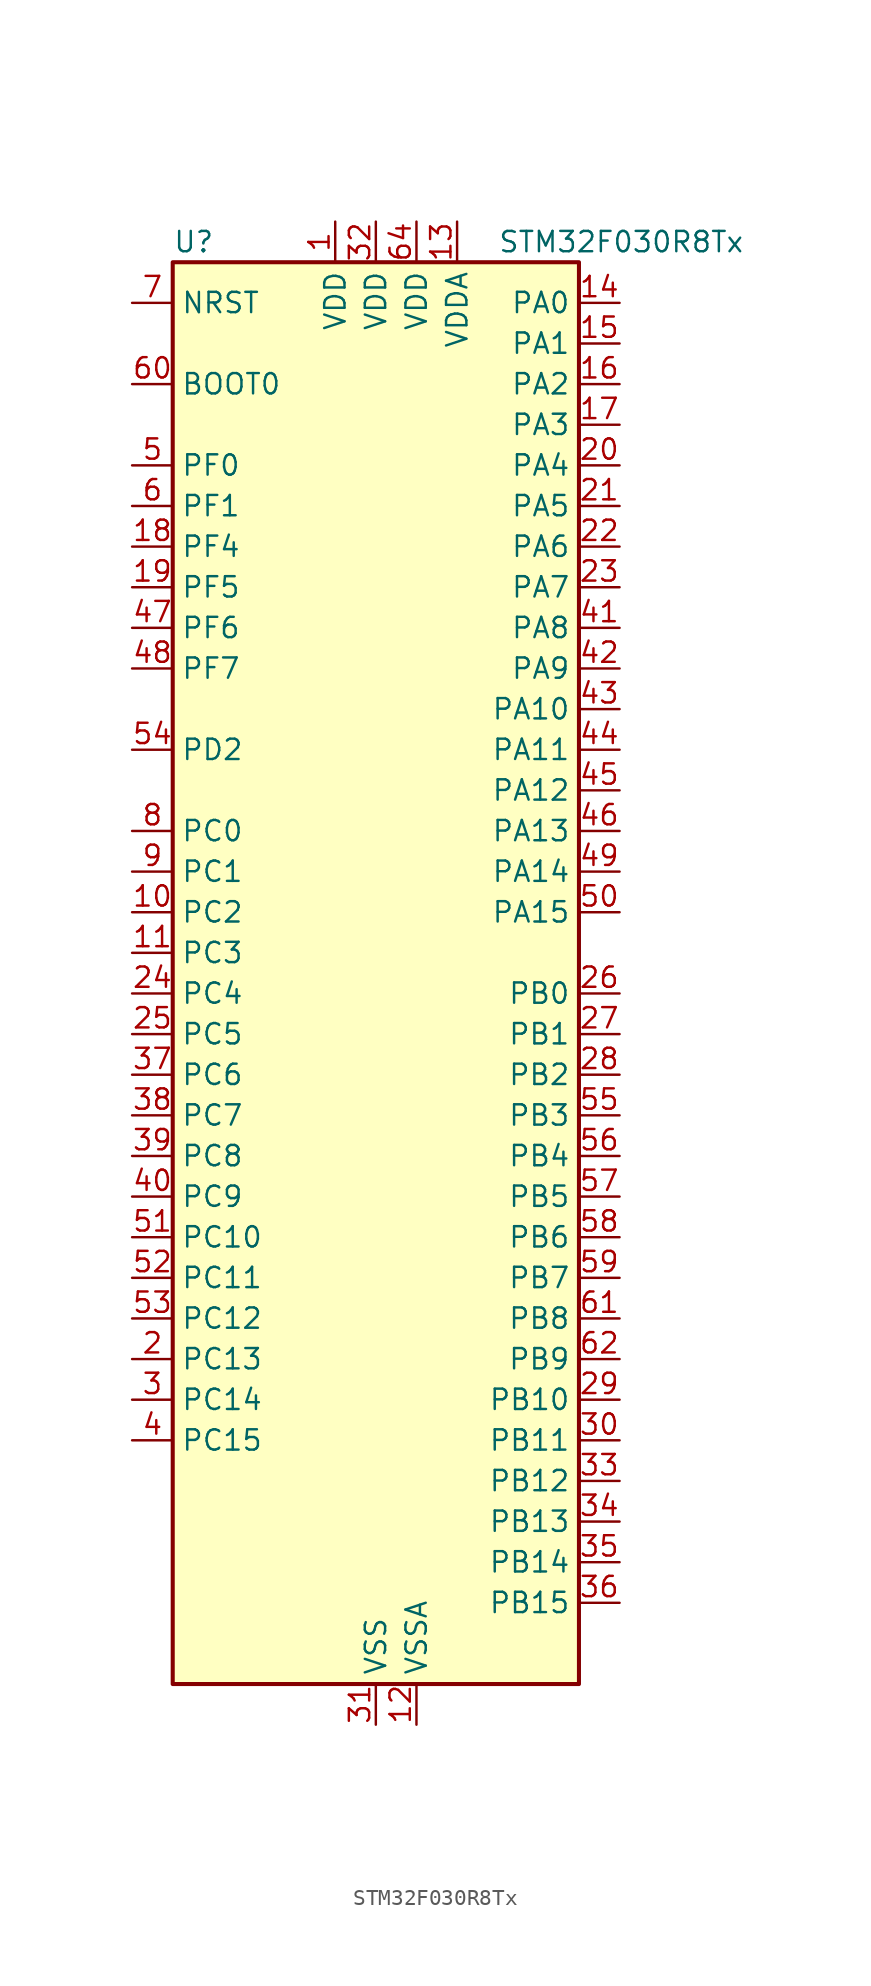
<source format=kicad_sym>
(kicad_symbol_lib
  (version 20220914)
  (generator kicad_symbol_editor)
  (symbol "STM32F030R8Tx"
    (property "Reference" "U"
      (at -12.7 46.99 0)
      (effects (font (size 1.27 1.27)) (justify left)))
    (property "Value" "STM32F030R8Tx"
      (at 7.62 46.99 0)
      (effects (font (size 1.27 1.27)) (justify left)))
    (property "ki_locked" ""
      (at 0 0 0)
      (effects (font (size 1.27 1.27))))
    (symbol "STM32F030R8Tx_0_1"
      (rectangle (start -12.7 -43.18) (end 12.7 45.72) (stroke (width 0.254) (type default)) (fill (type background))))
    (symbol "STM32F030R8Tx_1_1"
      (pin power_in line (at -2.54 48.26 270) (length 2.54) (name "VDD" (effects (font (size 1.27 1.27)))) (number "1" (effects (font (size 1.27 1.27)))))
      (pin bidirectional line (at -15.24 5.08 0) (length 2.54) (name "PC2" (effects (font (size 1.27 1.27)))) (number "10" (effects (font (size 1.27 1.27)))) (alternate "ADC_IN12" bidirectional line))
      (pin bidirectional line (at -15.24 2.54 0) (length 2.54) (name "PC3" (effects (font (size 1.27 1.27)))) (number "11" (effects (font (size 1.27 1.27)))) (alternate "ADC_IN13" bidirectional line))
      (pin power_in line (at 2.54 -45.72 90) (length 2.54) (name "VSSA" (effects (font (size 1.27 1.27)))) (number "12" (effects (font (size 1.27 1.27)))))
      (pin power_in line (at 5.08 48.26 270) (length 2.54) (name "VDDA" (effects (font (size 1.27 1.27)))) (number "13" (effects (font (size 1.27 1.27)))))
      (pin bidirectional line (at 15.24 43.18 180) (length 2.54) (name "PA0" (effects (font (size 1.27 1.27)))) (number "14" (effects (font (size 1.27 1.27)))) (alternate "ADC_IN0" bidirectional line) (alternate "RTC_TAMP2" bidirectional line) (alternate "SYS_WKUP1" bidirectional line) (alternate "USART2_CTS" bidirectional line))
      (pin bidirectional line (at 15.24 40.64 180) (length 2.54) (name "PA1" (effects (font (size 1.27 1.27)))) (number "15" (effects (font (size 1.27 1.27)))) (alternate "ADC_IN1" bidirectional line) (alternate "USART2_DE" bidirectional line) (alternate "USART2_RTS" bidirectional line))
      (pin bidirectional line (at 15.24 38.1 180) (length 2.54) (name "PA2" (effects (font (size 1.27 1.27)))) (number "16" (effects (font (size 1.27 1.27)))) (alternate "ADC_IN2" bidirectional line) (alternate "TIM15_CH1" bidirectional line) (alternate "USART2_TX" bidirectional line))
      (pin bidirectional line (at 15.24 35.56 180) (length 2.54) (name "PA3" (effects (font (size 1.27 1.27)))) (number "17" (effects (font (size 1.27 1.27)))) (alternate "ADC_IN3" bidirectional line) (alternate "TIM15_CH2" bidirectional line) (alternate "USART2_RX" bidirectional line))
      (pin bidirectional line (at -15.24 27.94 0) (length 2.54) (name "PF4" (effects (font (size 1.27 1.27)))) (number "18" (effects (font (size 1.27 1.27)))))
      (pin bidirectional line (at -15.24 25.4 0) (length 2.54) (name "PF5" (effects (font (size 1.27 1.27)))) (number "19" (effects (font (size 1.27 1.27)))))
      (pin bidirectional line (at -15.24 -22.86 0) (length 2.54) (name "PC13" (effects (font (size 1.27 1.27)))) (number "2" (effects (font (size 1.27 1.27)))) (alternate "RTC_OUT_ALARM" bidirectional line) (alternate "RTC_OUT_CALIB" bidirectional line) (alternate "RTC_TAMP1" bidirectional line) (alternate "RTC_TS" bidirectional line) (alternate "SYS_WKUP2" bidirectional line))
      (pin bidirectional line (at 15.24 33.02 180) (length 2.54) (name "PA4" (effects (font (size 1.27 1.27)))) (number "20" (effects (font (size 1.27 1.27)))) (alternate "ADC_IN4" bidirectional line) (alternate "SPI1_NSS" bidirectional line) (alternate "TIM14_CH1" bidirectional line) (alternate "USART2_CK" bidirectional line))
      (pin bidirectional line (at 15.24 30.48 180) (length 2.54) (name "PA5" (effects (font (size 1.27 1.27)))) (number "21" (effects (font (size 1.27 1.27)))) (alternate "ADC_IN5" bidirectional line) (alternate "SPI1_SCK" bidirectional line))
      (pin bidirectional line (at 15.24 27.94 180) (length 2.54) (name "PA6" (effects (font (size 1.27 1.27)))) (number "22" (effects (font (size 1.27 1.27)))) (alternate "ADC_IN6" bidirectional line) (alternate "SPI1_MISO" bidirectional line) (alternate "TIM16_CH1" bidirectional line) (alternate "TIM1_BKIN" bidirectional line) (alternate "TIM3_CH1" bidirectional line))
      (pin bidirectional line (at 15.24 25.4 180) (length 2.54) (name "PA7" (effects (font (size 1.27 1.27)))) (number "23" (effects (font (size 1.27 1.27)))) (alternate "ADC_IN7" bidirectional line) (alternate "SPI1_MOSI" bidirectional line) (alternate "TIM14_CH1" bidirectional line) (alternate "TIM17_CH1" bidirectional line) (alternate "TIM1_CH1N" bidirectional line) (alternate "TIM3_CH2" bidirectional line))
      (pin bidirectional line (at -15.24 0 0) (length 2.54) (name "PC4" (effects (font (size 1.27 1.27)))) (number "24" (effects (font (size 1.27 1.27)))) (alternate "ADC_IN14" bidirectional line))
      (pin bidirectional line (at -15.24 -2.54 0) (length 2.54) (name "PC5" (effects (font (size 1.27 1.27)))) (number "25" (effects (font (size 1.27 1.27)))) (alternate "ADC_IN15" bidirectional line))
      (pin bidirectional line (at 15.24 0 180) (length 2.54) (name "PB0" (effects (font (size 1.27 1.27)))) (number "26" (effects (font (size 1.27 1.27)))) (alternate "ADC_IN8" bidirectional line) (alternate "TIM1_CH2N" bidirectional line) (alternate "TIM3_CH3" bidirectional line))
      (pin bidirectional line (at 15.24 -2.54 180) (length 2.54) (name "PB1" (effects (font (size 1.27 1.27)))) (number "27" (effects (font (size 1.27 1.27)))) (alternate "ADC_IN9" bidirectional line) (alternate "TIM14_CH1" bidirectional line) (alternate "TIM1_CH3N" bidirectional line) (alternate "TIM3_CH4" bidirectional line))
      (pin bidirectional line (at 15.24 -5.08 180) (length 2.54) (name "PB2" (effects (font (size 1.27 1.27)))) (number "28" (effects (font (size 1.27 1.27)))))
      (pin bidirectional line (at 15.24 -25.4 180) (length 2.54) (name "PB10" (effects (font (size 1.27 1.27)))) (number "29" (effects (font (size 1.27 1.27)))) (alternate "I2C2_SCL" bidirectional line))
      (pin bidirectional line (at -15.24 -25.4 0) (length 2.54) (name "PC14" (effects (font (size 1.27 1.27)))) (number "3" (effects (font (size 1.27 1.27)))) (alternate "RCC_OSC32_IN" bidirectional line))
      (pin bidirectional line (at 15.24 -27.94 180) (length 2.54) (name "PB11" (effects (font (size 1.27 1.27)))) (number "30" (effects (font (size 1.27 1.27)))) (alternate "I2C2_SDA" bidirectional line))
      (pin power_in line (at 0 -45.72 90) (length 2.54) (name "VSS" (effects (font (size 1.27 1.27)))) (number "31" (effects (font (size 1.27 1.27)))))
      (pin power_in line (at 0 48.26 270) (length 2.54) (name "VDD" (effects (font (size 1.27 1.27)))) (number "32" (effects (font (size 1.27 1.27)))))
      (pin bidirectional line (at 15.24 -30.48 180) (length 2.54) (name "PB12" (effects (font (size 1.27 1.27)))) (number "33" (effects (font (size 1.27 1.27)))) (alternate "SPI2_NSS" bidirectional line) (alternate "TIM1_BKIN" bidirectional line))
      (pin bidirectional line (at 15.24 -33.02 180) (length 2.54) (name "PB13" (effects (font (size 1.27 1.27)))) (number "34" (effects (font (size 1.27 1.27)))) (alternate "SPI2_SCK" bidirectional line) (alternate "TIM1_CH1N" bidirectional line))
      (pin bidirectional line (at 15.24 -35.56 180) (length 2.54) (name "PB14" (effects (font (size 1.27 1.27)))) (number "35" (effects (font (size 1.27 1.27)))) (alternate "SPI2_MISO" bidirectional line) (alternate "TIM15_CH1" bidirectional line) (alternate "TIM1_CH2N" bidirectional line))
      (pin bidirectional line (at 15.24 -38.1 180) (length 2.54) (name "PB15" (effects (font (size 1.27 1.27)))) (number "36" (effects (font (size 1.27 1.27)))) (alternate "RTC_REFIN" bidirectional line) (alternate "SPI2_MOSI" bidirectional line) (alternate "TIM15_CH1N" bidirectional line) (alternate "TIM15_CH2" bidirectional line) (alternate "TIM1_CH3N" bidirectional line))
      (pin bidirectional line (at -15.24 -5.08 0) (length 2.54) (name "PC6" (effects (font (size 1.27 1.27)))) (number "37" (effects (font (size 1.27 1.27)))) (alternate "TIM3_CH1" bidirectional line))
      (pin bidirectional line (at -15.24 -7.62 0) (length 2.54) (name "PC7" (effects (font (size 1.27 1.27)))) (number "38" (effects (font (size 1.27 1.27)))) (alternate "TIM3_CH2" bidirectional line))
      (pin bidirectional line (at -15.24 -10.16 0) (length 2.54) (name "PC8" (effects (font (size 1.27 1.27)))) (number "39" (effects (font (size 1.27 1.27)))) (alternate "TIM3_CH3" bidirectional line))
      (pin bidirectional line (at -15.24 -27.94 0) (length 2.54) (name "PC15" (effects (font (size 1.27 1.27)))) (number "4" (effects (font (size 1.27 1.27)))) (alternate "RCC_OSC32_OUT" bidirectional line))
      (pin bidirectional line (at -15.24 -12.7 0) (length 2.54) (name "PC9" (effects (font (size 1.27 1.27)))) (number "40" (effects (font (size 1.27 1.27)))) (alternate "TIM3_CH4" bidirectional line))
      (pin bidirectional line (at 15.24 22.86 180) (length 2.54) (name "PA8" (effects (font (size 1.27 1.27)))) (number "41" (effects (font (size 1.27 1.27)))) (alternate "RCC_MCO" bidirectional line) (alternate "TIM1_CH1" bidirectional line) (alternate "USART1_CK" bidirectional line))
      (pin bidirectional line (at 15.24 20.32 180) (length 2.54) (name "PA9" (effects (font (size 1.27 1.27)))) (number "42" (effects (font (size 1.27 1.27)))) (alternate "TIM15_BKIN" bidirectional line) (alternate "TIM1_CH2" bidirectional line) (alternate "USART1_TX" bidirectional line))
      (pin bidirectional line (at 15.24 17.78 180) (length 2.54) (name "PA10" (effects (font (size 1.27 1.27)))) (number "43" (effects (font (size 1.27 1.27)))) (alternate "TIM17_BKIN" bidirectional line) (alternate "TIM1_CH3" bidirectional line) (alternate "USART1_RX" bidirectional line))
      (pin bidirectional line (at 15.24 15.24 180) (length 2.54) (name "PA11" (effects (font (size 1.27 1.27)))) (number "44" (effects (font (size 1.27 1.27)))) (alternate "TIM1_CH4" bidirectional line) (alternate "USART1_CTS" bidirectional line))
      (pin bidirectional line (at 15.24 12.7 180) (length 2.54) (name "PA12" (effects (font (size 1.27 1.27)))) (number "45" (effects (font (size 1.27 1.27)))) (alternate "TIM1_ETR" bidirectional line) (alternate "USART1_DE" bidirectional line) (alternate "USART1_RTS" bidirectional line))
      (pin bidirectional line (at 15.24 10.16 180) (length 2.54) (name "PA13" (effects (font (size 1.27 1.27)))) (number "46" (effects (font (size 1.27 1.27)))) (alternate "IR_OUT" bidirectional line) (alternate "SYS_SWDIO" bidirectional line))
      (pin bidirectional line (at -15.24 22.86 0) (length 2.54) (name "PF6" (effects (font (size 1.27 1.27)))) (number "47" (effects (font (size 1.27 1.27)))) (alternate "I2C2_SCL" bidirectional line))
      (pin bidirectional line (at -15.24 20.32 0) (length 2.54) (name "PF7" (effects (font (size 1.27 1.27)))) (number "48" (effects (font (size 1.27 1.27)))) (alternate "I2C2_SDA" bidirectional line))
      (pin bidirectional line (at 15.24 7.62 180) (length 2.54) (name "PA14" (effects (font (size 1.27 1.27)))) (number "49" (effects (font (size 1.27 1.27)))) (alternate "SYS_SWCLK" bidirectional line) (alternate "USART2_TX" bidirectional line))
      (pin bidirectional line (at -15.24 33.02 0) (length 2.54) (name "PF0" (effects (font (size 1.27 1.27)))) (number "5" (effects (font (size 1.27 1.27)))) (alternate "RCC_OSC_IN" bidirectional line))
      (pin bidirectional line (at 15.24 5.08 180) (length 2.54) (name "PA15" (effects (font (size 1.27 1.27)))) (number "50" (effects (font (size 1.27 1.27)))) (alternate "SPI1_NSS" bidirectional line) (alternate "USART2_RX" bidirectional line))
      (pin bidirectional line (at -15.24 -15.24 0) (length 2.54) (name "PC10" (effects (font (size 1.27 1.27)))) (number "51" (effects (font (size 1.27 1.27)))))
      (pin bidirectional line (at -15.24 -17.78 0) (length 2.54) (name "PC11" (effects (font (size 1.27 1.27)))) (number "52" (effects (font (size 1.27 1.27)))))
      (pin bidirectional line (at -15.24 -20.32 0) (length 2.54) (name "PC12" (effects (font (size 1.27 1.27)))) (number "53" (effects (font (size 1.27 1.27)))))
      (pin bidirectional line (at -15.24 15.24 0) (length 2.54) (name "PD2" (effects (font (size 1.27 1.27)))) (number "54" (effects (font (size 1.27 1.27)))) (alternate "TIM3_ETR" bidirectional line))
      (pin bidirectional line (at 15.24 -7.62 180) (length 2.54) (name "PB3" (effects (font (size 1.27 1.27)))) (number "55" (effects (font (size 1.27 1.27)))) (alternate "SPI1_SCK" bidirectional line))
      (pin bidirectional line (at 15.24 -10.16 180) (length 2.54) (name "PB4" (effects (font (size 1.27 1.27)))) (number "56" (effects (font (size 1.27 1.27)))) (alternate "SPI1_MISO" bidirectional line) (alternate "TIM3_CH1" bidirectional line))
      (pin bidirectional line (at 15.24 -12.7 180) (length 2.54) (name "PB5" (effects (font (size 1.27 1.27)))) (number "57" (effects (font (size 1.27 1.27)))) (alternate "I2C1_SMBA" bidirectional line) (alternate "SPI1_MOSI" bidirectional line) (alternate "TIM16_BKIN" bidirectional line) (alternate "TIM3_CH2" bidirectional line))
      (pin bidirectional line (at 15.24 -15.24 180) (length 2.54) (name "PB6" (effects (font (size 1.27 1.27)))) (number "58" (effects (font (size 1.27 1.27)))) (alternate "I2C1_SCL" bidirectional line) (alternate "TIM16_CH1N" bidirectional line) (alternate "USART1_TX" bidirectional line))
      (pin bidirectional line (at 15.24 -17.78 180) (length 2.54) (name "PB7" (effects (font (size 1.27 1.27)))) (number "59" (effects (font (size 1.27 1.27)))) (alternate "I2C1_SDA" bidirectional line) (alternate "TIM17_CH1N" bidirectional line) (alternate "USART1_RX" bidirectional line))
      (pin bidirectional line (at -15.24 30.48 0) (length 2.54) (name "PF1" (effects (font (size 1.27 1.27)))) (number "6" (effects (font (size 1.27 1.27)))) (alternate "RCC_OSC_OUT" bidirectional line))
      (pin input line (at -15.24 38.1 0) (length 2.54) (name "BOOT0" (effects (font (size 1.27 1.27)))) (number "60" (effects (font (size 1.27 1.27)))))
      (pin bidirectional line (at 15.24 -20.32 180) (length 2.54) (name "PB8" (effects (font (size 1.27 1.27)))) (number "61" (effects (font (size 1.27 1.27)))) (alternate "I2C1_SCL" bidirectional line) (alternate "TIM16_CH1" bidirectional line))
      (pin bidirectional line (at 15.24 -22.86 180) (length 2.54) (name "PB9" (effects (font (size 1.27 1.27)))) (number "62" (effects (font (size 1.27 1.27)))) (alternate "I2C1_SDA" bidirectional line) (alternate "IR_OUT" bidirectional line) (alternate "TIM17_CH1" bidirectional line))
      (pin passive line (at 0 -45.72 90) (length 2.54) hide (name "VSS" (effects (font (size 1.27 1.27)))) (number "63" (effects (font (size 1.27 1.27)))))
      (pin power_in line (at 2.54 48.26 270) (length 2.54) (name "VDD" (effects (font (size 1.27 1.27)))) (number "64" (effects (font (size 1.27 1.27)))))
      (pin input line (at -15.24 43.18 0) (length 2.54) (name "NRST" (effects (font (size 1.27 1.27)))) (number "7" (effects (font (size 1.27 1.27)))))
      (pin bidirectional line (at -15.24 10.16 0) (length 2.54) (name "PC0" (effects (font (size 1.27 1.27)))) (number "8" (effects (font (size 1.27 1.27)))) (alternate "ADC_IN10" bidirectional line))
      (pin bidirectional line (at -15.24 7.62 0) (length 2.54) (name "PC1" (effects (font (size 1.27 1.27)))) (number "9" (effects (font (size 1.27 1.27)))) (alternate "ADC_IN11" bidirectional line)))))
</source>
